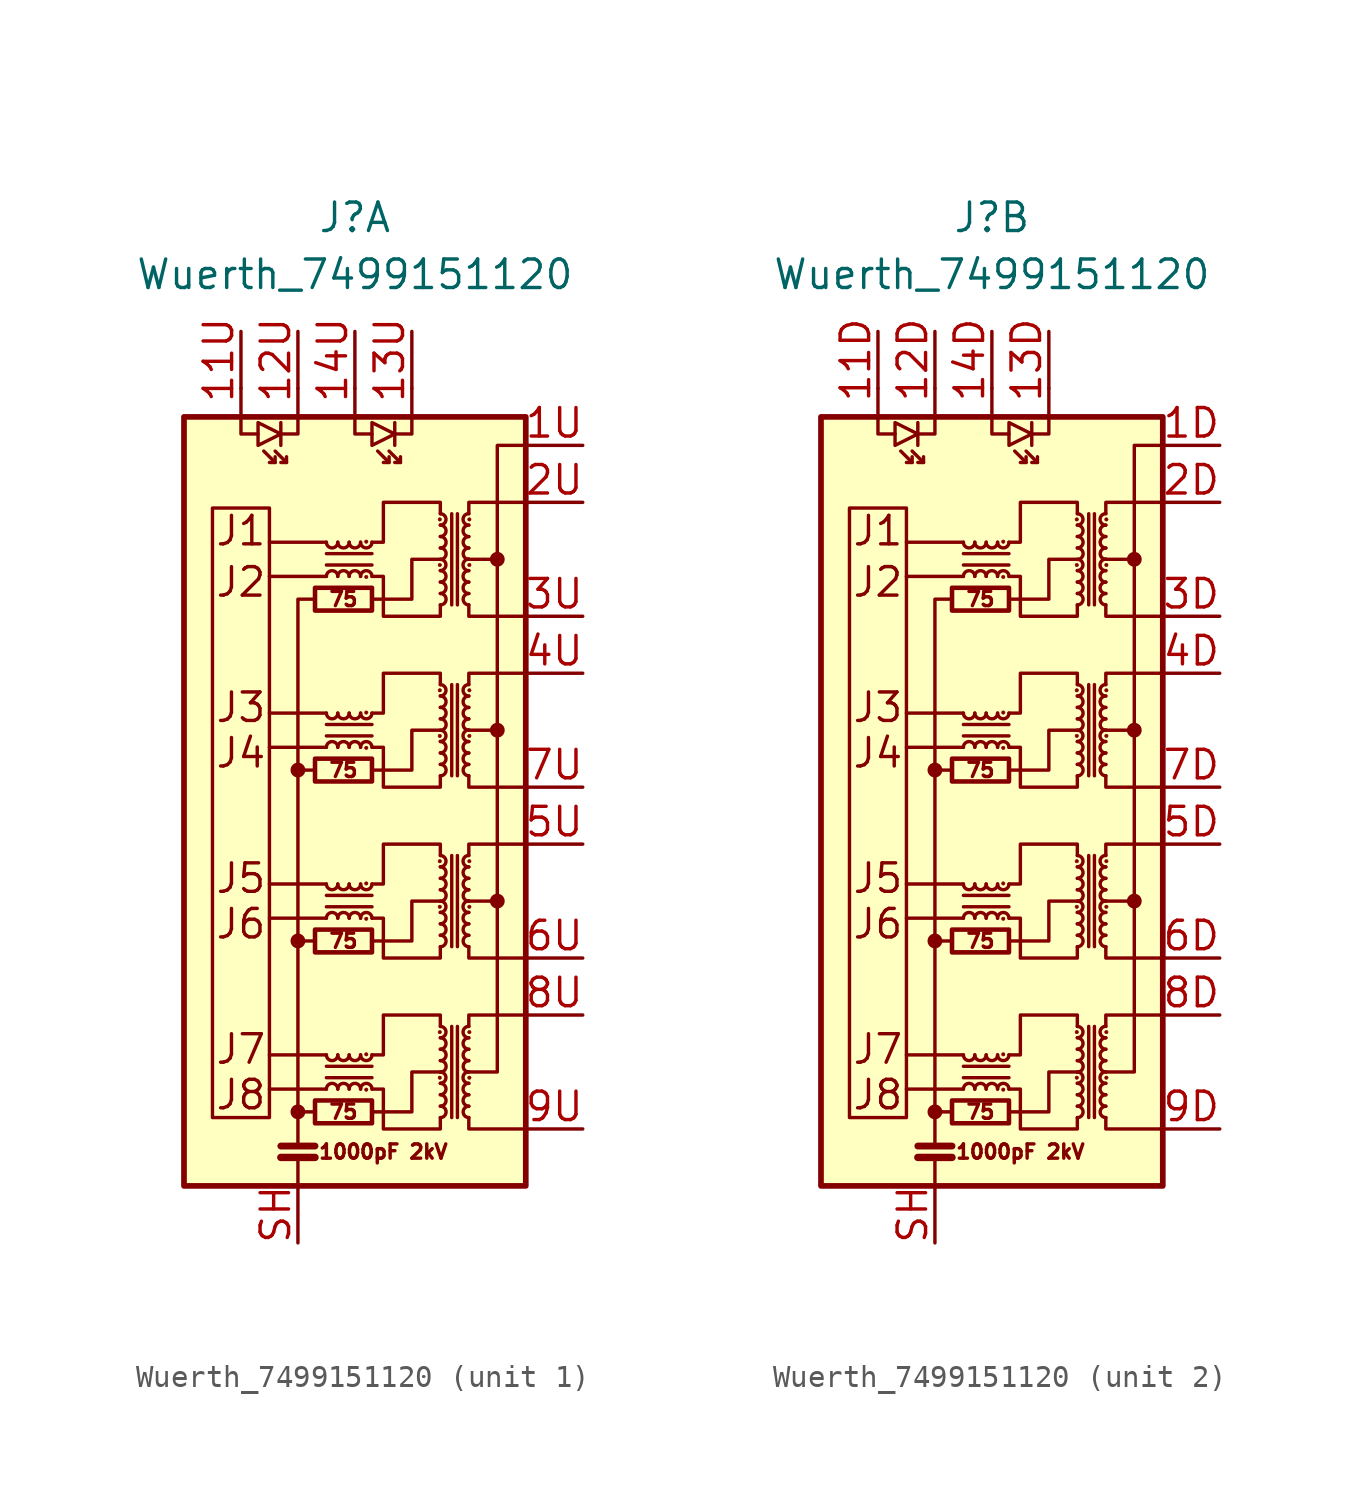
<source format=kicad_sym>
(kicad_symbol_lib
  (version 20211014)
  (generator kicad_symbol_editor)
  (symbol "Wuerth_7499151120"
    (pin_names
      (offset 0.025) hide)
    (property "Reference" "J"
      (at 0 25.4 0)
      (effects (font (size 1.27 1.27))))
    (property "Value" "Wuerth_7499151120"
      (at 0 22.86 0)
      (effects (font (size 1.27 1.27))))
    (property "ki_locked" ""
      (at 0 0 0)
      (effects (font (size 1.27 1.27))))
    (symbol "Wuerth_7499151120_0_0"
      (polyline (pts (xy -1.778 -14.478) (xy -2.54 -14.478)) (stroke (width 0) (type default) (color 0 0 0 0)) (fill (type none)))
      (polyline (pts (xy -1.27 -13.462) (xy -3.81 -13.462)) (stroke (width 0) (type default) (color 0 0 0 0)) (fill (type none)))
      (polyline (pts (xy -1.27 -11.938) (xy -3.81 -11.938)) (stroke (width 0) (type default) (color 0 0 0 0)) (fill (type none)))
      (polyline (pts (xy -1.27 -5.842) (xy -3.81 -5.842)) (stroke (width 0) (type default) (color 0 0 0 0)) (fill (type none)))
      (polyline (pts (xy -1.27 -4.318) (xy -3.81 -4.318)) (stroke (width 0) (type default) (color 0 0 0 0)) (fill (type none)))
      (polyline (pts (xy -1.27 1.778) (xy -3.81 1.778)) (stroke (width 0) (type default) (color 0 0 0 0)) (fill (type none)))
      (polyline (pts (xy -1.27 3.302) (xy -3.81 3.302)) (stroke (width 0) (type default) (color 0 0 0 0)) (fill (type none)))
      (polyline (pts (xy -1.27 9.398) (xy -3.81 9.398)) (stroke (width 0) (type default) (color 0 0 0 0)) (fill (type none)))
      (polyline (pts (xy -1.27 10.922) (xy -3.81 10.922)) (stroke (width 0) (type default) (color 0 0 0 0)) (fill (type none)))
      (polyline (pts (xy 5.08 2.54) (xy 6.35 2.54)) (stroke (width 0) (type default) (color 0 0 0 0)) (fill (type none)))
      (polyline (pts (xy 6.35 -5.08) (xy 5.08 -5.08)) (stroke (width 0) (type default) (color 0 0 0 0)) (fill (type none)))
      (polyline (pts (xy 6.35 10.16) (xy 5.08 10.16)) (stroke (width 0) (type default) (color 0 0 0 0)) (fill (type none)))
      (polyline (pts (xy 0.762 -14.478) (xy 2.54 -14.478) (xy 2.54 -12.7) (xy 3.81 -12.7)) (stroke (width 0) (type default) (color 0 0 0 0)) (fill (type none)))
      (polyline (pts (xy 0.762 -6.858) (xy 2.54 -6.858) (xy 2.54 -5.08) (xy 3.81 -5.08)) (stroke (width 0) (type default) (color 0 0 0 0)) (fill (type none)))
      (polyline (pts (xy 0.762 0.762) (xy 2.54 0.762) (xy 2.54 2.54) (xy 3.81 2.54)) (stroke (width 0) (type default) (color 0 0 0 0)) (fill (type none)))
      (polyline (pts (xy 0.762 8.382) (xy 2.54 8.382) (xy 2.54 10.16) (xy 3.81 10.16)) (stroke (width 0) (type default) (color 0 0 0 0)) (fill (type none)))
      (text "1000pF 2kV" (at 1.27 -16.256 0) (effects (font (size 0.635 0.635))))
      (text "75" (at -0.508 -14.478 0) (effects (font (size 0.635 0.635))))
      (text "75" (at -0.508 -6.858 0) (effects (font (size 0.635 0.635))))
      (text "75" (at -0.508 0.762 0) (effects (font (size 0.635 0.635))))
      (text "75" (at -0.508 8.382 0) (effects (font (size 0.635 0.635))))
      (text "J1" (at -5.08 11.43 0) (effects (font (size 1.27 1.27))))
      (text "J2" (at -5.08 9.144 0) (effects (font (size 1.27 1.27))))
      (text "J3" (at -5.08 3.556 0) (effects (font (size 1.27 1.27))))
      (text "J4" (at -5.08 1.524 0) (effects (font (size 1.27 1.27))))
      (text "J5" (at -5.08 -4.064 0) (effects (font (size 1.27 1.27))))
      (text "J6" (at -5.08 -6.096 0) (effects (font (size 1.27 1.27))))
      (text "J7" (at -5.08 -11.684 0) (effects (font (size 1.27 1.27))))
      (text "J8" (at -5.08 -13.716 0) (effects (font (size 1.27 1.27)))))
    (symbol "Wuerth_7499151120_0_1"
      (rectangle (start -3.81 -14.732) (end -6.35 12.446) (stroke (width 0) (type default) (color 0 0 0 0)) (fill (type none)))
      (circle (center -2.54 -14.478) (radius 0.254) (stroke (width 0) (type default) (color 0 0 0 0)) (fill (type outline)))
      (circle (center -2.54 -6.858) (radius 0.254) (stroke (width 0) (type default) (color 0 0 0 0)) (fill (type outline)))
      (circle (center -2.54 0.762) (radius 0.254) (stroke (width 0) (type default) (color 0 0 0 0)) (fill (type outline)))
      (rectangle (start -1.778 -14.986) (end 0.762 -13.97) (stroke (width 0.203) (type default) (color 0 0 0 0)) (fill (type none)))
      (rectangle (start -1.778 -7.366) (end 0.762 -6.35) (stroke (width 0.203) (type default) (color 0 0 0 0)) (fill (type none)))
      (rectangle (start -1.778 0.254) (end 0.762 1.27) (stroke (width 0.203) (type default) (color 0 0 0 0)) (fill (type none)))
      (rectangle (start -1.778 7.874) (end 0.762 8.89) (stroke (width 0.203) (type default) (color 0 0 0 0)) (fill (type none)))
      (arc (start -1.27 -11.938) (mid -1.016 -12.192) (end -0.762 -11.938) (stroke (width 0) (type default) (color 0 0 0 0)) (fill (type none)))
      (arc (start -1.27 -4.318) (mid -1.016 -4.572) (end -0.762 -4.318) (stroke (width 0) (type default) (color 0 0 0 0)) (fill (type none)))
      (arc (start -1.27 3.302) (mid -1.016 3.048) (end -0.762 3.302) (stroke (width 0) (type default) (color 0 0 0 0)) (fill (type none)))
      (arc (start -1.27 10.922) (mid -1.016 10.668) (end -0.762 10.922) (stroke (width 0) (type default) (color 0 0 0 0)) (fill (type none)))
      (arc (start -0.762 -13.462) (mid -1.016 -13.208) (end -1.27 -13.462) (stroke (width 0) (type default) (color 0 0 0 0)) (fill (type none)))
      (arc (start -0.762 -11.938) (mid -0.508 -12.192) (end -0.254 -11.938) (stroke (width 0) (type default) (color 0 0 0 0)) (fill (type none)))
      (arc (start -0.762 -5.842) (mid -1.016 -5.588) (end -1.27 -5.842) (stroke (width 0) (type default) (color 0 0 0 0)) (fill (type none)))
      (arc (start -0.762 -4.318) (mid -0.508 -4.572) (end -0.254 -4.318) (stroke (width 0) (type default) (color 0 0 0 0)) (fill (type none)))
      (arc (start -0.762 1.778) (mid -1.016 2.032) (end -1.27 1.778) (stroke (width 0) (type default) (color 0 0 0 0)) (fill (type none)))
      (arc (start -0.762 3.302) (mid -0.508 3.048) (end -0.254 3.302) (stroke (width 0) (type default) (color 0 0 0 0)) (fill (type none)))
      (arc (start -0.762 9.398) (mid -1.016 9.652) (end -1.27 9.398) (stroke (width 0) (type default) (color 0 0 0 0)) (fill (type none)))
      (arc (start -0.762 10.922) (mid -0.508 10.668) (end -0.254 10.922) (stroke (width 0) (type default) (color 0 0 0 0)) (fill (type none)))
      (arc (start -0.254 -13.462) (mid -0.508 -13.208) (end -0.762 -13.462) (stroke (width 0) (type default) (color 0 0 0 0)) (fill (type none)))
      (arc (start -0.254 -11.938) (mid 0 -12.192) (end 0.254 -11.938) (stroke (width 0) (type default) (color 0 0 0 0)) (fill (type none)))
      (arc (start -0.254 -5.842) (mid -0.508 -5.588) (end -0.762 -5.842) (stroke (width 0) (type default) (color 0 0 0 0)) (fill (type none)))
      (arc (start -0.254 -4.318) (mid 0 -4.572) (end 0.254 -4.318) (stroke (width 0) (type default) (color 0 0 0 0)) (fill (type none)))
      (arc (start -0.254 1.778) (mid -0.508 2.032) (end -0.762 1.778) (stroke (width 0) (type default) (color 0 0 0 0)) (fill (type none)))
      (arc (start -0.254 3.302) (mid 0 3.048) (end 0.254 3.302) (stroke (width 0) (type default) (color 0 0 0 0)) (fill (type none)))
      (arc (start -0.254 9.398) (mid -0.508 9.652) (end -0.762 9.398) (stroke (width 0) (type default) (color 0 0 0 0)) (fill (type none)))
      (arc (start -0.254 10.922) (mid 0 10.668) (end 0.254 10.922) (stroke (width 0) (type default) (color 0 0 0 0)) (fill (type none)))
      (polyline (pts (xy -3.556 14.478) (xy -4.064 14.986)) (stroke (width 0) (type default) (color 0 0 0 0)) (fill (type none)))
      (polyline (pts (xy -3.302 -16.51) (xy -1.778 -16.51)) (stroke (width 0.33) (type default) (color 0 0 0 0)) (fill (type none)))
      (polyline (pts (xy -3.302 -16.002) (xy -1.778 -16.002)) (stroke (width 0.305) (type default) (color 0 0 0 0)) (fill (type none)))
      (polyline (pts (xy -3.302 16.256) (xy -3.302 15.24)) (stroke (width 0) (type default) (color 0 0 0 0)) (fill (type none)))
      (polyline (pts (xy -3.048 14.478) (xy -3.556 14.986)) (stroke (width 0) (type default) (color 0 0 0 0)) (fill (type none)))
      (polyline (pts (xy -2.54 -17.78) (xy -2.54 -16.51)) (stroke (width 0) (type default) (color 0 0 0 0)) (fill (type none)))
      (polyline (pts (xy -2.54 0.762) (xy -1.778 0.762)) (stroke (width 0) (type default) (color 0 0 0 0)) (fill (type none)))
      (polyline (pts (xy -1.778 -6.858) (xy -2.54 -6.858)) (stroke (width 0) (type default) (color 0 0 0 0)) (fill (type none)))
      (polyline (pts (xy -1.27 -12.954) (xy 0.762 -12.954)) (stroke (width 0) (type default) (color 0 0 0 0)) (fill (type none)))
      (polyline (pts (xy -1.27 -5.334) (xy 0.762 -5.334)) (stroke (width 0) (type default) (color 0 0 0 0)) (fill (type none)))
      (polyline (pts (xy -1.27 2.286) (xy 0.762 2.286)) (stroke (width 0) (type default) (color 0 0 0 0)) (fill (type none)))
      (polyline (pts (xy -1.27 9.906) (xy 0.762 9.906)) (stroke (width 0) (type default) (color 0 0 0 0)) (fill (type none)))
      (polyline (pts (xy 0.762 -12.446) (xy -1.27 -12.446)) (stroke (width 0) (type default) (color 0 0 0 0)) (fill (type none)))
      (polyline (pts (xy 0.762 -4.826) (xy -1.27 -4.826)) (stroke (width 0) (type default) (color 0 0 0 0)) (fill (type none)))
      (polyline (pts (xy 0.762 2.794) (xy -1.27 2.794)) (stroke (width 0) (type default) (color 0 0 0 0)) (fill (type none)))
      (polyline (pts (xy 0.762 10.414) (xy -1.27 10.414)) (stroke (width 0) (type default) (color 0 0 0 0)) (fill (type none)))
      (polyline (pts (xy 1.524 14.478) (xy 1.016 14.986)) (stroke (width 0) (type default) (color 0 0 0 0)) (fill (type none)))
      (polyline (pts (xy 1.778 16.256) (xy 1.778 15.24)) (stroke (width 0) (type default) (color 0 0 0 0)) (fill (type none)))
      (polyline (pts (xy 2.032 14.478) (xy 1.524 14.986)) (stroke (width 0) (type default) (color 0 0 0 0)) (fill (type none)))
      (polyline (pts (xy 4.318 -10.668) (xy 4.318 -14.732)) (stroke (width 0) (type default) (color 0 0 0 0)) (fill (type none)))
      (polyline (pts (xy 4.318 -3.048) (xy 4.318 -7.112)) (stroke (width 0) (type default) (color 0 0 0 0)) (fill (type none)))
      (polyline (pts (xy 4.318 4.572) (xy 4.318 0.508)) (stroke (width 0) (type default) (color 0 0 0 0)) (fill (type none)))
      (polyline (pts (xy 4.318 12.192) (xy 4.318 8.128)) (stroke (width 0) (type default) (color 0 0 0 0)) (fill (type none)))
      (polyline (pts (xy 4.572 -14.732) (xy 4.572 -10.668)) (stroke (width 0) (type default) (color 0 0 0 0)) (fill (type none)))
      (polyline (pts (xy 4.572 -7.112) (xy 4.572 -3.048)) (stroke (width 0) (type default) (color 0 0 0 0)) (fill (type none)))
      (polyline (pts (xy 4.572 0.508) (xy 4.572 4.572)) (stroke (width 0) (type default) (color 0 0 0 0)) (fill (type none)))
      (polyline (pts (xy 4.572 8.128) (xy 4.572 12.192)) (stroke (width 0) (type default) (color 0 0 0 0)) (fill (type none)))
      (polyline (pts (xy -5.08 17.78) (xy -5.08 15.748) (xy -4.318 15.748)) (stroke (width 0) (type default) (color 0 0 0 0)) (fill (type none)))
      (polyline (pts (xy -3.556 14.732) (xy -3.556 14.478) (xy -3.81 14.478)) (stroke (width 0) (type default) (color 0 0 0 0)) (fill (type none)))
      (polyline (pts (xy -3.048 14.732) (xy -3.048 14.478) (xy -3.302 14.478)) (stroke (width 0) (type default) (color 0 0 0 0)) (fill (type none)))
      (polyline (pts (xy -2.54 -16.002) (xy -2.54 8.382) (xy -1.778 8.382)) (stroke (width 0) (type default) (color 0 0 0 0)) (fill (type none)))
      (polyline (pts (xy -2.54 17.78) (xy -2.54 15.748) (xy -3.302 15.748)) (stroke (width 0) (type default) (color 0 0 0 0)) (fill (type none)))
      (polyline (pts (xy 0 17.78) (xy 0 15.748) (xy 0.762 15.748)) (stroke (width 0) (type default) (color 0 0 0 0)) (fill (type none)))
      (polyline (pts (xy 1.524 14.732) (xy 1.524 14.478) (xy 1.27 14.478)) (stroke (width 0) (type default) (color 0 0 0 0)) (fill (type none)))
      (polyline (pts (xy 2.032 14.732) (xy 2.032 14.478) (xy 1.778 14.478)) (stroke (width 0) (type default) (color 0 0 0 0)) (fill (type none)))
      (polyline (pts (xy 2.54 17.78) (xy 2.54 15.748) (xy 1.778 15.748)) (stroke (width 0) (type default) (color 0 0 0 0)) (fill (type none)))
      (polyline (pts (xy 5.08 -14.732) (xy 5.08 -15.24) (xy 7.62 -15.24)) (stroke (width 0) (type default) (color 0 0 0 0)) (fill (type none)))
      (polyline (pts (xy 5.08 -10.668) (xy 5.08 -10.16) (xy 7.62 -10.16)) (stroke (width 0) (type default) (color 0 0 0 0)) (fill (type none)))
      (polyline (pts (xy 5.08 -7.112) (xy 5.08 -7.62) (xy 7.62 -7.62)) (stroke (width 0) (type default) (color 0 0 0 0)) (fill (type none)))
      (polyline (pts (xy 5.08 -3.048) (xy 5.08 -2.54) (xy 7.62 -2.54)) (stroke (width 0) (type default) (color 0 0 0 0)) (fill (type none)))
      (polyline (pts (xy 5.08 0.508) (xy 5.08 0) (xy 7.62 0)) (stroke (width 0) (type default) (color 0 0 0 0)) (fill (type none)))
      (polyline (pts (xy 5.08 4.572) (xy 5.08 5.08) (xy 7.62 5.08)) (stroke (width 0) (type default) (color 0 0 0 0)) (fill (type none)))
      (polyline (pts (xy 5.08 8.128) (xy 5.08 7.62) (xy 7.62 7.62)) (stroke (width 0) (type default) (color 0 0 0 0)) (fill (type none)))
      (polyline (pts (xy 5.08 12.192) (xy 5.08 12.7) (xy 7.62 12.7)) (stroke (width 0) (type default) (color 0 0 0 0)) (fill (type none)))
      (polyline (pts (xy -3.302 15.748) (xy -4.318 16.256) (xy -4.318 15.24) (xy -3.302 15.748)) (stroke (width 0) (type default) (color 0 0 0 0)) (fill (type none)))
      (polyline (pts (xy 1.778 15.748) (xy 0.762 16.256) (xy 0.762 15.24) (xy 1.778 15.748)) (stroke (width 0) (type default) (color 0 0 0 0)) (fill (type none)))
      (polyline (pts (xy 7.62 15.24) (xy 6.35 15.24) (xy 6.35 -12.7) (xy 5.08 -12.7)) (stroke (width 0) (type default) (color 0 0 0 0)) (fill (type none)))
      (polyline (pts (xy 0.762 -11.938) (xy 1.27 -11.938) (xy 1.27 -10.16) (xy 3.81 -10.16) (xy 3.81 -10.668)) (stroke (width 0) (type default) (color 0 0 0 0)) (fill (type none)))
      (polyline (pts (xy 0.762 -4.318) (xy 1.27 -4.318) (xy 1.27 -2.54) (xy 3.81 -2.54) (xy 3.81 -3.048)) (stroke (width 0) (type default) (color 0 0 0 0)) (fill (type none)))
      (polyline (pts (xy 0.762 3.302) (xy 1.27 3.302) (xy 1.27 5.08) (xy 3.81 5.08) (xy 3.81 4.572)) (stroke (width 0) (type default) (color 0 0 0 0)) (fill (type none)))
      (polyline (pts (xy 0.762 10.922) (xy 1.27 10.922) (xy 1.27 12.7) (xy 3.81 12.7) (xy 3.81 12.192)) (stroke (width 0) (type default) (color 0 0 0 0)) (fill (type none)))
      (polyline (pts (xy 3.81 -14.732) (xy 3.81 -15.24) (xy 1.27 -15.24) (xy 1.27 -13.462) (xy 0.762 -13.462)) (stroke (width 0) (type default) (color 0 0 0 0)) (fill (type none)))
      (polyline (pts (xy 3.81 -7.112) (xy 3.81 -7.62) (xy 1.27 -7.62) (xy 1.27 -5.842) (xy 0.762 -5.842)) (stroke (width 0) (type default) (color 0 0 0 0)) (fill (type none)))
      (polyline (pts (xy 3.81 0.508) (xy 3.81 0) (xy 1.27 0) (xy 1.27 1.778) (xy 0.762 1.778)) (stroke (width 0) (type default) (color 0 0 0 0)) (fill (type none)))
      (polyline (pts (xy 3.81 8.128) (xy 3.81 7.62) (xy 1.27 7.62) (xy 1.27 9.398) (xy 0.762 9.398)) (stroke (width 0) (type default) (color 0 0 0 0)) (fill (type none)))
      (arc (start 0.254 -13.462) (mid 0 -13.208) (end -0.254 -13.462) (stroke (width 0) (type default) (color 0 0 0 0)) (fill (type none)))
      (arc (start 0.254 -11.938) (mid 0.508 -12.192) (end 0.762 -11.938) (stroke (width 0) (type default) (color 0 0 0 0)) (fill (type none)))
      (arc (start 0.254 -5.842) (mid 0 -5.588) (end -0.254 -5.842) (stroke (width 0) (type default) (color 0 0 0 0)) (fill (type none)))
      (arc (start 0.254 -4.318) (mid 0.508 -4.572) (end 0.762 -4.318) (stroke (width 0) (type default) (color 0 0 0 0)) (fill (type none)))
      (arc (start 0.254 1.778) (mid 0 2.032) (end -0.254 1.778) (stroke (width 0) (type default) (color 0 0 0 0)) (fill (type none)))
      (arc (start 0.254 3.302) (mid 0.508 3.048) (end 0.762 3.302) (stroke (width 0) (type default) (color 0 0 0 0)) (fill (type none)))
      (arc (start 0.254 9.398) (mid 0 9.652) (end -0.254 9.398) (stroke (width 0) (type default) (color 0 0 0 0)) (fill (type none)))
      (arc (start 0.254 10.922) (mid 0.508 10.668) (end 0.762 10.922) (stroke (width 0) (type default) (color 0 0 0 0)) (fill (type none)))
      (circle (center 0.508 -13.487) (radius 0.076) (stroke (width 0.025) (type default) (color 0 0 0 0)) (fill (type outline)))
      (circle (center 0.508 -11.913) (radius 0.076) (stroke (width 0.025) (type default) (color 0 0 0 0)) (fill (type outline)))
      (circle (center 0.508 -5.867) (radius 0.076) (stroke (width 0.025) (type default) (color 0 0 0 0)) (fill (type outline)))
      (circle (center 0.508 -4.293) (radius 0.076) (stroke (width 0.025) (type default) (color 0 0 0 0)) (fill (type outline)))
      (circle (center 0.508 1.753) (radius 0.076) (stroke (width 0.025) (type default) (color 0 0 0 0)) (fill (type outline)))
      (circle (center 0.508 3.327) (radius 0.076) (stroke (width 0.025) (type default) (color 0 0 0 0)) (fill (type outline)))
      (circle (center 0.508 9.373) (radius 0.076) (stroke (width 0.025) (type default) (color 0 0 0 0)) (fill (type outline)))
      (circle (center 0.508 10.947) (radius 0.076) (stroke (width 0.025) (type default) (color 0 0 0 0)) (fill (type outline)))
      (arc (start 0.762 -13.462) (mid 0.508 -13.208) (end 0.254 -13.462) (stroke (width 0) (type default) (color 0 0 0 0)) (fill (type none)))
      (arc (start 0.762 -5.842) (mid 0.508 -5.588) (end 0.254 -5.842) (stroke (width 0) (type default) (color 0 0 0 0)) (fill (type none)))
      (arc (start 0.762 1.778) (mid 0.508 2.032) (end 0.254 1.778) (stroke (width 0) (type default) (color 0 0 0 0)) (fill (type none)))
      (arc (start 0.762 9.398) (mid 0.508 9.652) (end 0.254 9.398) (stroke (width 0) (type default) (color 0 0 0 0)) (fill (type none)))
      (circle (center 3.785 -12.954) (radius 0.076) (stroke (width 0.025) (type default) (color 0 0 0 0)) (fill (type outline)))
      (circle (center 3.785 -10.922) (radius 0.076) (stroke (width 0.025) (type default) (color 0 0 0 0)) (fill (type outline)))
      (circle (center 3.785 -5.334) (radius 0.076) (stroke (width 0.025) (type default) (color 0 0 0 0)) (fill (type outline)))
      (circle (center 3.785 -3.302) (radius 0.076) (stroke (width 0.025) (type default) (color 0 0 0 0)) (fill (type outline)))
      (circle (center 3.785 2.286) (radius 0.076) (stroke (width 0.025) (type default) (color 0 0 0 0)) (fill (type outline)))
      (circle (center 3.785 4.318) (radius 0.076) (stroke (width 0.025) (type default) (color 0 0 0 0)) (fill (type outline)))
      (circle (center 3.785 9.906) (radius 0.076) (stroke (width 0.025) (type default) (color 0 0 0 0)) (fill (type outline)))
      (circle (center 3.785 11.938) (radius 0.076) (stroke (width 0.025) (type default) (color 0 0 0 0)) (fill (type outline)))
      (arc (start 3.81 -14.732) (mid 4.064 -14.478) (end 3.81 -14.224) (stroke (width 0) (type default) (color 0 0 0 0)) (fill (type none)))
      (arc (start 3.81 -14.224) (mid 4.064 -13.97) (end 3.81 -13.716) (stroke (width 0) (type default) (color 0 0 0 0)) (fill (type none)))
      (arc (start 3.81 -13.716) (mid 4.064 -13.462) (end 3.81 -13.208) (stroke (width 0) (type default) (color 0 0 0 0)) (fill (type none)))
      (arc (start 3.81 -13.208) (mid 4.064 -12.954) (end 3.81 -12.7) (stroke (width 0) (type default) (color 0 0 0 0)) (fill (type none)))
      (arc (start 3.81 -12.7) (mid 4.064 -12.446) (end 3.81 -12.192) (stroke (width 0) (type default) (color 0 0 0 0)) (fill (type none)))
      (arc (start 3.81 -12.192) (mid 4.064 -11.938) (end 3.81 -11.684) (stroke (width 0) (type default) (color 0 0 0 0)) (fill (type none)))
      (arc (start 3.81 -11.684) (mid 4.064 -11.43) (end 3.81 -11.176) (stroke (width 0) (type default) (color 0 0 0 0)) (fill (type none)))
      (arc (start 3.81 -11.176) (mid 4.064 -10.922) (end 3.81 -10.668) (stroke (width 0) (type default) (color 0 0 0 0)) (fill (type none)))
      (arc (start 3.81 -7.112) (mid 4.064 -6.858) (end 3.81 -6.604) (stroke (width 0) (type default) (color 0 0 0 0)) (fill (type none)))
      (arc (start 3.81 -6.604) (mid 4.064 -6.35) (end 3.81 -6.096) (stroke (width 0) (type default) (color 0 0 0 0)) (fill (type none)))
      (arc (start 3.81 -6.096) (mid 4.064 -5.842) (end 3.81 -5.588) (stroke (width 0) (type default) (color 0 0 0 0)) (fill (type none)))
      (arc (start 3.81 -5.588) (mid 4.064 -5.334) (end 3.81 -5.08) (stroke (width 0) (type default) (color 0 0 0 0)) (fill (type none)))
      (arc (start 3.81 -5.08) (mid 4.064 -4.826) (end 3.81 -4.572) (stroke (width 0) (type default) (color 0 0 0 0)) (fill (type none)))
      (arc (start 3.81 -4.572) (mid 4.064 -4.318) (end 3.81 -4.064) (stroke (width 0) (type default) (color 0 0 0 0)) (fill (type none)))
      (arc (start 3.81 -4.064) (mid 4.064 -3.81) (end 3.81 -3.556) (stroke (width 0) (type default) (color 0 0 0 0)) (fill (type none)))
      (arc (start 3.81 -3.556) (mid 4.064 -3.302) (end 3.81 -3.048) (stroke (width 0) (type default) (color 0 0 0 0)) (fill (type none)))
      (arc (start 3.81 0.508) (mid 4.064 0.762) (end 3.81 1.016) (stroke (width 0) (type default) (color 0 0 0 0)) (fill (type none)))
      (arc (start 3.81 1.016) (mid 4.064 1.27) (end 3.81 1.524) (stroke (width 0) (type default) (color 0 0 0 0)) (fill (type none)))
      (arc (start 3.81 1.524) (mid 4.064 1.778) (end 3.81 2.032) (stroke (width 0) (type default) (color 0 0 0 0)) (fill (type none)))
      (arc (start 3.81 2.032) (mid 4.064 2.286) (end 3.81 2.54) (stroke (width 0) (type default) (color 0 0 0 0)) (fill (type none)))
      (arc (start 3.81 2.54) (mid 4.064 2.794) (end 3.81 3.048) (stroke (width 0) (type default) (color 0 0 0 0)) (fill (type none)))
      (arc (start 3.81 3.048) (mid 4.064 3.302) (end 3.81 3.556) (stroke (width 0) (type default) (color 0 0 0 0)) (fill (type none)))
      (arc (start 3.81 3.556) (mid 4.064 3.81) (end 3.81 4.064) (stroke (width 0) (type default) (color 0 0 0 0)) (fill (type none)))
      (arc (start 3.81 4.064) (mid 4.064 4.318) (end 3.81 4.572) (stroke (width 0) (type default) (color 0 0 0 0)) (fill (type none)))
      (arc (start 3.81 8.128) (mid 4.064 8.382) (end 3.81 8.636) (stroke (width 0) (type default) (color 0 0 0 0)) (fill (type none)))
      (arc (start 3.81 8.636) (mid 4.064 8.89) (end 3.81 9.144) (stroke (width 0) (type default) (color 0 0 0 0)) (fill (type none)))
      (arc (start 3.81 9.144) (mid 4.064 9.398) (end 3.81 9.652) (stroke (width 0) (type default) (color 0 0 0 0)) (fill (type none)))
      (arc (start 3.81 9.652) (mid 4.064 9.906) (end 3.81 10.16) (stroke (width 0) (type default) (color 0 0 0 0)) (fill (type none)))
      (arc (start 3.81 10.16) (mid 4.064 10.414) (end 3.81 10.668) (stroke (width 0) (type default) (color 0 0 0 0)) (fill (type none)))
      (arc (start 3.81 10.668) (mid 4.064 10.922) (end 3.81 11.176) (stroke (width 0) (type default) (color 0 0 0 0)) (fill (type none)))
      (arc (start 3.81 11.176) (mid 4.064 11.43) (end 3.81 11.684) (stroke (width 0) (type default) (color 0 0 0 0)) (fill (type none)))
      (arc (start 3.81 11.684) (mid 4.064 11.938) (end 3.81 12.192) (stroke (width 0) (type default) (color 0 0 0 0)) (fill (type none)))
      (arc (start 5.08 -14.224) (mid 4.826 -14.478) (end 5.08 -14.732) (stroke (width 0) (type default) (color 0 0 0 0)) (fill (type none)))
      (arc (start 5.08 -13.716) (mid 4.826 -13.97) (end 5.08 -14.224) (stroke (width 0) (type default) (color 0 0 0 0)) (fill (type none)))
      (arc (start 5.08 -13.208) (mid 4.826 -13.462) (end 5.08 -13.716) (stroke (width 0) (type default) (color 0 0 0 0)) (fill (type none)))
      (arc (start 5.08 -12.7) (mid 4.826 -12.954) (end 5.08 -13.208) (stroke (width 0) (type default) (color 0 0 0 0)) (fill (type none)))
      (arc (start 5.08 -12.192) (mid 4.826 -12.446) (end 5.08 -12.7) (stroke (width 0) (type default) (color 0 0 0 0)) (fill (type none)))
      (arc (start 5.08 -11.684) (mid 4.826 -11.938) (end 5.08 -12.192) (stroke (width 0) (type default) (color 0 0 0 0)) (fill (type none)))
      (arc (start 5.08 -11.176) (mid 4.826 -11.43) (end 5.08 -11.684) (stroke (width 0) (type default) (color 0 0 0 0)) (fill (type none)))
      (arc (start 5.08 -10.668) (mid 4.826 -10.922) (end 5.08 -11.176) (stroke (width 0) (type default) (color 0 0 0 0)) (fill (type none)))
      (arc (start 5.08 -6.604) (mid 4.826 -6.858) (end 5.08 -7.112) (stroke (width 0) (type default) (color 0 0 0 0)) (fill (type none)))
      (arc (start 5.08 -6.096) (mid 4.826 -6.35) (end 5.08 -6.604) (stroke (width 0) (type default) (color 0 0 0 0)) (fill (type none)))
      (arc (start 5.08 -5.588) (mid 4.826 -5.842) (end 5.08 -6.096) (stroke (width 0) (type default) (color 0 0 0 0)) (fill (type none)))
      (arc (start 5.08 -5.08) (mid 4.826 -5.334) (end 5.08 -5.588) (stroke (width 0) (type default) (color 0 0 0 0)) (fill (type none)))
      (arc (start 5.08 -4.572) (mid 4.826 -4.826) (end 5.08 -5.08) (stroke (width 0) (type default) (color 0 0 0 0)) (fill (type none)))
      (arc (start 5.08 -4.064) (mid 4.826 -4.318) (end 5.08 -4.572) (stroke (width 0) (type default) (color 0 0 0 0)) (fill (type none)))
      (arc (start 5.08 -3.556) (mid 4.826 -3.81) (end 5.08 -4.064) (stroke (width 0) (type default) (color 0 0 0 0)) (fill (type none)))
      (arc (start 5.08 -3.048) (mid 4.826 -3.302) (end 5.08 -3.556) (stroke (width 0) (type default) (color 0 0 0 0)) (fill (type none)))
      (arc (start 5.08 1.016) (mid 4.826 0.762) (end 5.08 0.508) (stroke (width 0) (type default) (color 0 0 0 0)) (fill (type none)))
      (arc (start 5.08 1.524) (mid 4.826 1.27) (end 5.08 1.016) (stroke (width 0) (type default) (color 0 0 0 0)) (fill (type none)))
      (arc (start 5.08 2.032) (mid 4.826 1.778) (end 5.08 1.524) (stroke (width 0) (type default) (color 0 0 0 0)) (fill (type none)))
      (arc (start 5.08 2.54) (mid 4.826 2.286) (end 5.08 2.032) (stroke (width 0) (type default) (color 0 0 0 0)) (fill (type none)))
      (arc (start 5.08 3.048) (mid 4.826 2.794) (end 5.08 2.54) (stroke (width 0) (type default) (color 0 0 0 0)) (fill (type none)))
      (arc (start 5.08 3.556) (mid 4.826 3.302) (end 5.08 3.048) (stroke (width 0) (type default) (color 0 0 0 0)) (fill (type none)))
      (arc (start 5.08 4.064) (mid 4.826 3.81) (end 5.08 3.556) (stroke (width 0) (type default) (color 0 0 0 0)) (fill (type none)))
      (arc (start 5.08 4.572) (mid 4.826 4.318) (end 5.08 4.064) (stroke (width 0) (type default) (color 0 0 0 0)) (fill (type none)))
      (arc (start 5.08 8.636) (mid 4.826 8.382) (end 5.08 8.128) (stroke (width 0) (type default) (color 0 0 0 0)) (fill (type none)))
      (arc (start 5.08 9.144) (mid 4.826 8.89) (end 5.08 8.636) (stroke (width 0) (type default) (color 0 0 0 0)) (fill (type none)))
      (arc (start 5.08 9.652) (mid 4.826 9.398) (end 5.08 9.144) (stroke (width 0) (type default) (color 0 0 0 0)) (fill (type none)))
      (arc (start 5.08 10.16) (mid 4.826 9.906) (end 5.08 9.652) (stroke (width 0) (type default) (color 0 0 0 0)) (fill (type none)))
      (arc (start 5.08 10.668) (mid 4.826 10.414) (end 5.08 10.16) (stroke (width 0) (type default) (color 0 0 0 0)) (fill (type none)))
      (arc (start 5.08 11.176) (mid 4.826 10.922) (end 5.08 10.668) (stroke (width 0) (type default) (color 0 0 0 0)) (fill (type none)))
      (arc (start 5.08 11.684) (mid 4.826 11.43) (end 5.08 11.176) (stroke (width 0) (type default) (color 0 0 0 0)) (fill (type none)))
      (arc (start 5.08 12.192) (mid 4.826 11.938) (end 5.08 11.684) (stroke (width 0) (type default) (color 0 0 0 0)) (fill (type none)))
      (circle (center 5.105 -12.954) (radius 0.076) (stroke (width 0.025) (type default) (color 0 0 0 0)) (fill (type outline)))
      (circle (center 5.105 -10.922) (radius 0.076) (stroke (width 0.025) (type default) (color 0 0 0 0)) (fill (type outline)))
      (circle (center 5.105 -5.334) (radius 0.076) (stroke (width 0.025) (type default) (color 0 0 0 0)) (fill (type outline)))
      (circle (center 5.105 -3.302) (radius 0.076) (stroke (width 0.025) (type default) (color 0 0 0 0)) (fill (type outline)))
      (circle (center 5.105 2.286) (radius 0.076) (stroke (width 0.025) (type default) (color 0 0 0 0)) (fill (type outline)))
      (circle (center 5.105 4.318) (radius 0.076) (stroke (width 0.025) (type default) (color 0 0 0 0)) (fill (type outline)))
      (circle (center 5.105 9.906) (radius 0.076) (stroke (width 0.025) (type default) (color 0 0 0 0)) (fill (type outline)))
      (circle (center 5.105 11.938) (radius 0.076) (stroke (width 0.025) (type default) (color 0 0 0 0)) (fill (type outline)))
      (circle (center 6.35 -5.08) (radius 0.254) (stroke (width 0) (type default) (color 0 0 0 0)) (fill (type outline)))
      (circle (center 6.35 2.54) (radius 0.254) (stroke (width 0) (type default) (color 0 0 0 0)) (fill (type outline)))
      (circle (center 6.35 10.16) (radius 0.254) (stroke (width 0) (type default) (color 0 0 0 0)) (fill (type outline)))
      (rectangle (start 7.62 16.51) (end -7.62 -17.78) (stroke (width 0.254) (type default) (color 0 0 0 0)) (fill (type background)))
      (pin power_in line (at -2.54 -20.32 90) (length 2.54) (name "~" (effects (font (size 1.27 1.27)))) (number "SH" (effects (font (size 1.27 1.27))))))
    (symbol "Wuerth_7499151120_1_1"
      (pin no_connect line (at 0 -17.78 90) (length 2.54) hide (name "~" (effects (font (size 1.27 1.27)))) (number "10U" (effects (font (size 1.27 1.27)))))
      (pin passive line (at -5.08 20.32 270) (length 2.54) (name "~" (effects (font (size 1.27 1.27)))) (number "11U" (effects (font (size 1.27 1.27)))))
      (pin passive line (at -2.54 20.32 270) (length 2.54) (name "~" (effects (font (size 1.27 1.27)))) (number "12U" (effects (font (size 1.27 1.27)))))
      (pin passive line (at 2.54 20.32 270) (length 2.54) (name "~" (effects (font (size 1.27 1.27)))) (number "13U" (effects (font (size 1.27 1.27)))))
      (pin passive line (at 0 20.32 270) (length 2.54) (name "~" (effects (font (size 1.27 1.27)))) (number "14U" (effects (font (size 1.27 1.27)))))
      (pin passive line (at 10.16 15.24 180) (length 2.54) (name "~" (effects (font (size 1.27 1.27)))) (number "1U" (effects (font (size 1.27 1.27)))))
      (pin passive line (at 10.16 12.7 180) (length 2.54) (name "~" (effects (font (size 1.27 1.27)))) (number "2U" (effects (font (size 1.27 1.27)))))
      (pin passive line (at 10.16 7.62 180) (length 2.54) (name "~" (effects (font (size 1.27 1.27)))) (number "3U" (effects (font (size 1.27 1.27)))))
      (pin passive line (at 10.16 5.08 180) (length 2.54) (name "~" (effects (font (size 1.27 1.27)))) (number "4U" (effects (font (size 1.27 1.27)))))
      (pin passive line (at 10.16 -2.54 180) (length 2.54) (name "~" (effects (font (size 1.27 1.27)))) (number "5U" (effects (font (size 1.27 1.27)))))
      (pin passive line (at 10.16 -7.62 180) (length 2.54) (name "~" (effects (font (size 1.27 1.27)))) (number "6U" (effects (font (size 1.27 1.27)))))
      (pin passive line (at 10.16 0 180) (length 2.54) (name "~" (effects (font (size 1.27 1.27)))) (number "7U" (effects (font (size 1.27 1.27)))))
      (pin passive line (at 10.16 -10.16 180) (length 2.54) (name "~" (effects (font (size 1.27 1.27)))) (number "8U" (effects (font (size 1.27 1.27)))))
      (pin passive line (at 10.16 -15.24 180) (length 2.54) (name "~" (effects (font (size 1.27 1.27)))) (number "9U" (effects (font (size 1.27 1.27))))))
    (symbol "Wuerth_7499151120_2_1"
      (pin no_connect line (at 0 -17.78 90) (length 2.54) hide (name "~" (effects (font (size 1.27 1.27)))) (number "10D" (effects (font (size 1.27 1.27)))))
      (pin passive line (at -5.08 20.32 270) (length 2.54) (name "~" (effects (font (size 1.27 1.27)))) (number "11D" (effects (font (size 1.27 1.27)))))
      (pin passive line (at -2.54 20.32 270) (length 2.54) (name "~" (effects (font (size 1.27 1.27)))) (number "12D" (effects (font (size 1.27 1.27)))))
      (pin passive line (at 2.54 20.32 270) (length 2.54) (name "~" (effects (font (size 1.27 1.27)))) (number "13D" (effects (font (size 1.27 1.27)))))
      (pin passive line (at 0 20.32 270) (length 2.54) (name "~" (effects (font (size 1.27 1.27)))) (number "14D" (effects (font (size 1.27 1.27)))))
      (pin passive line (at 10.16 15.24 180) (length 2.54) (name "~" (effects (font (size 1.27 1.27)))) (number "1D" (effects (font (size 1.27 1.27)))))
      (pin passive line (at 10.16 12.7 180) (length 2.54) (name "~" (effects (font (size 1.27 1.27)))) (number "2D" (effects (font (size 1.27 1.27)))))
      (pin passive line (at 10.16 7.62 180) (length 2.54) (name "~" (effects (font (size 1.27 1.27)))) (number "3D" (effects (font (size 1.27 1.27)))))
      (pin passive line (at 10.16 5.08 180) (length 2.54) (name "~" (effects (font (size 1.27 1.27)))) (number "4D" (effects (font (size 1.27 1.27)))))
      (pin passive line (at 10.16 -2.54 180) (length 2.54) (name "~" (effects (font (size 1.27 1.27)))) (number "5D" (effects (font (size 1.27 1.27)))))
      (pin passive line (at 10.16 -7.62 180) (length 2.54) (name "~" (effects (font (size 1.27 1.27)))) (number "6D" (effects (font (size 1.27 1.27)))))
      (pin passive line (at 10.16 0 180) (length 2.54) (name "~" (effects (font (size 1.27 1.27)))) (number "7D" (effects (font (size 1.27 1.27)))))
      (pin passive line (at 10.16 -10.16 180) (length 2.54) (name "~" (effects (font (size 1.27 1.27)))) (number "8D" (effects (font (size 1.27 1.27)))))
      (pin passive line (at 10.16 -15.24 180) (length 2.54) (name "~" (effects (font (size 1.27 1.27)))) (number "9D" (effects (font (size 1.27 1.27))))))))
</source>
